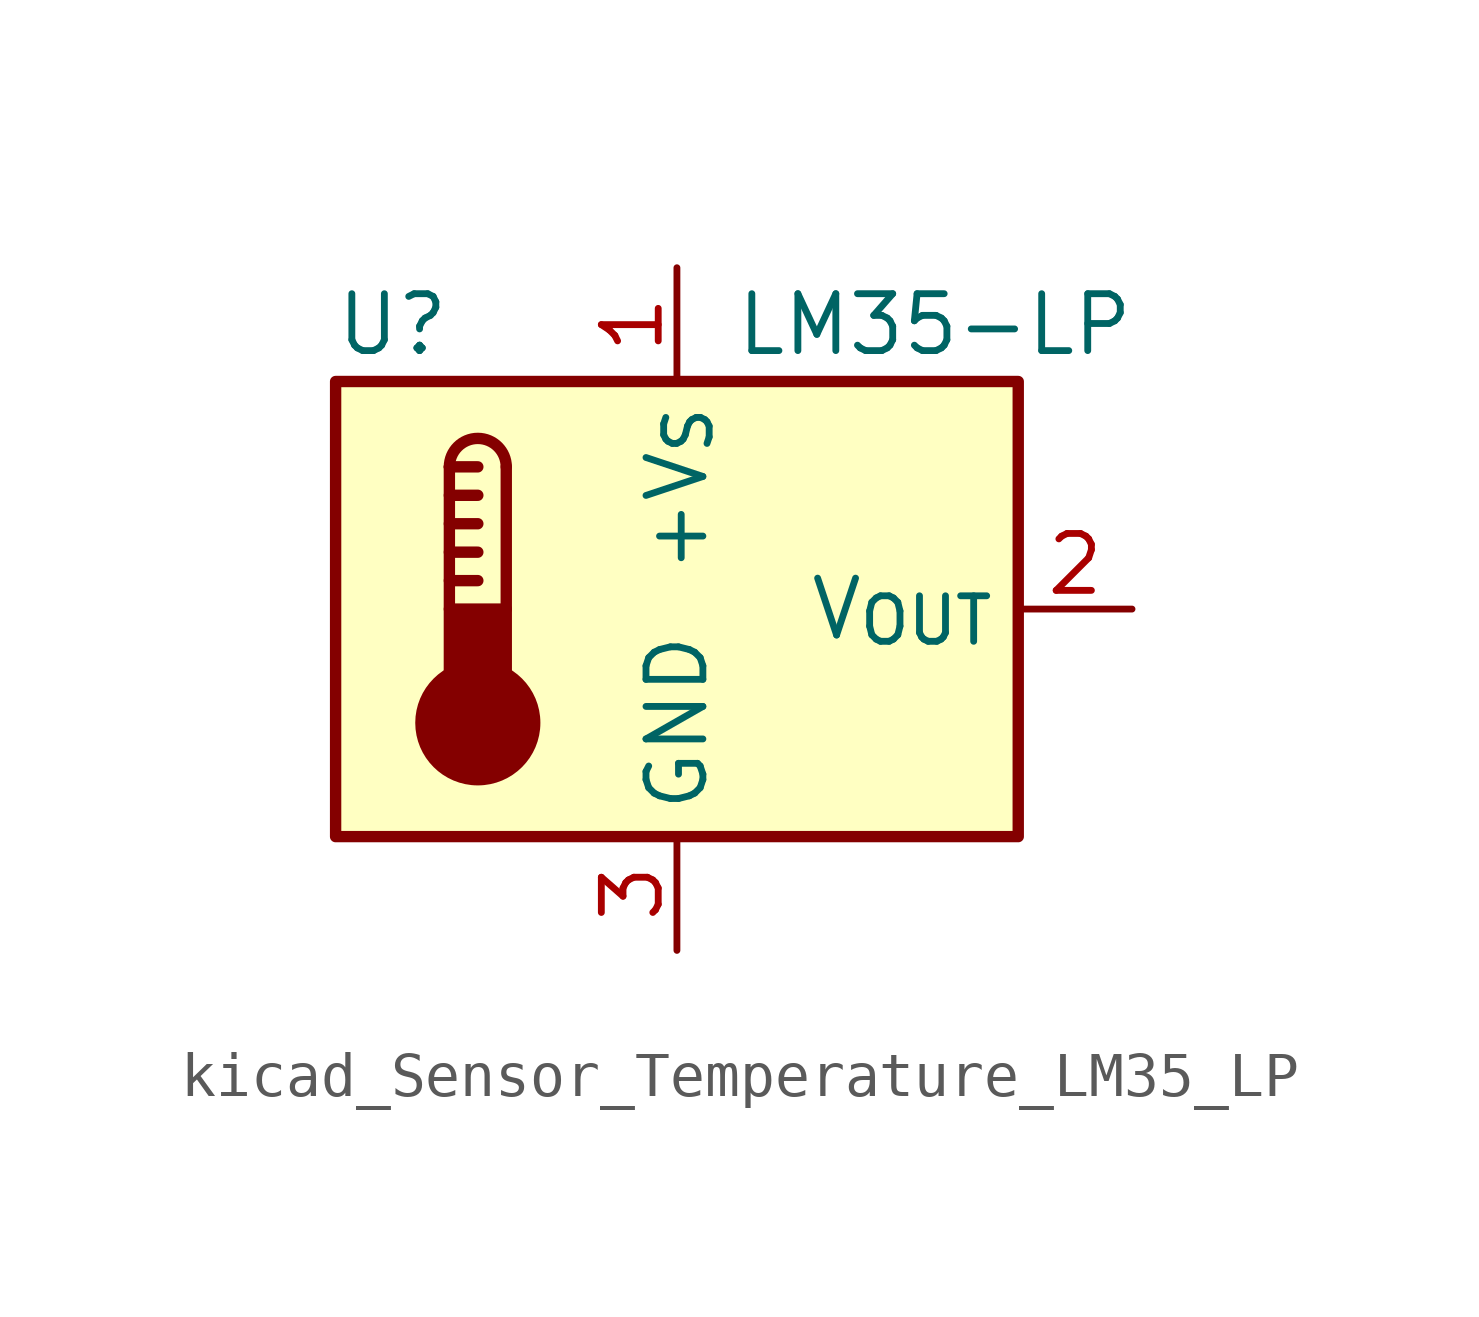
<source format=kicad_sym>
(kicad_symbol_lib
  (version 20220914)
  (generator kicad_symbol_editor)
  (symbol "kicad_Sensor_Temperature_LM35_LP"
    (property "Reference" "U"
      (at -6.35 6.35 0)
      (effects (font (size 1.27 1.27))))
    (property "Value" "LM35-LP"
      (at 1.27 6.35 0)
      (effects (font (size 1.27 1.27)) (justify left)))
    (symbol "kicad_Sensor_Temperature_LM35_LP_0_1"
      (rectangle (start -7.62 5.08) (end 7.62 -5.08) (stroke (width 0.254) (type default)) (fill (type background)))
      (circle (center -4.445 -2.54) (radius 1.27) (stroke (width 0.254) (type default)) (fill (type outline)))
      (rectangle (start -3.81 -1.905) (end -5.08 0) (stroke (width 0.254) (type default)) (fill (type outline)))
      (arc (start -3.81 3.175) (mid -4.445 3.8073) (end -5.08 3.175) (stroke (width 0.254) (type default)) (fill (type none)))
      (polyline (pts (xy -5.08 0.635) (xy -4.445 0.635)) (stroke (width 0.254) (type default)) (fill (type none)))
      (polyline (pts (xy -5.08 1.27) (xy -4.445 1.27)) (stroke (width 0.254) (type default)) (fill (type none)))
      (polyline (pts (xy -5.08 1.905) (xy -4.445 1.905)) (stroke (width 0.254) (type default)) (fill (type none)))
      (polyline (pts (xy -5.08 2.54) (xy -4.445 2.54)) (stroke (width 0.254) (type default)) (fill (type none)))
      (polyline (pts (xy -5.08 3.175) (xy -5.08 0)) (stroke (width 0.254) (type default)) (fill (type none)))
      (polyline (pts (xy -5.08 3.175) (xy -4.445 3.175)) (stroke (width 0.254) (type default)) (fill (type none)))
      (polyline (pts (xy -3.81 3.175) (xy -3.81 0)) (stroke (width 0.254) (type default)) (fill (type none))))
    (symbol "kicad_Sensor_Temperature_LM35_LP_1_1"
      (pin power_in line (at 0 7.62 270) (length 2.54) (name "+V_{S}" (effects (font (size 1.27 1.27)))) (number "1" (effects (font (size 1.27 1.27)))))
      (pin output line (at 10.16 0 180) (length 2.54) (name "V_{OUT}" (effects (font (size 1.27 1.27)))) (number "2" (effects (font (size 1.27 1.27)))))
      (pin power_in line (at 0 -7.62 90) (length 2.54) (name "GND" (effects (font (size 1.27 1.27)))) (number "3" (effects (font (size 1.27 1.27))))))))
</source>
